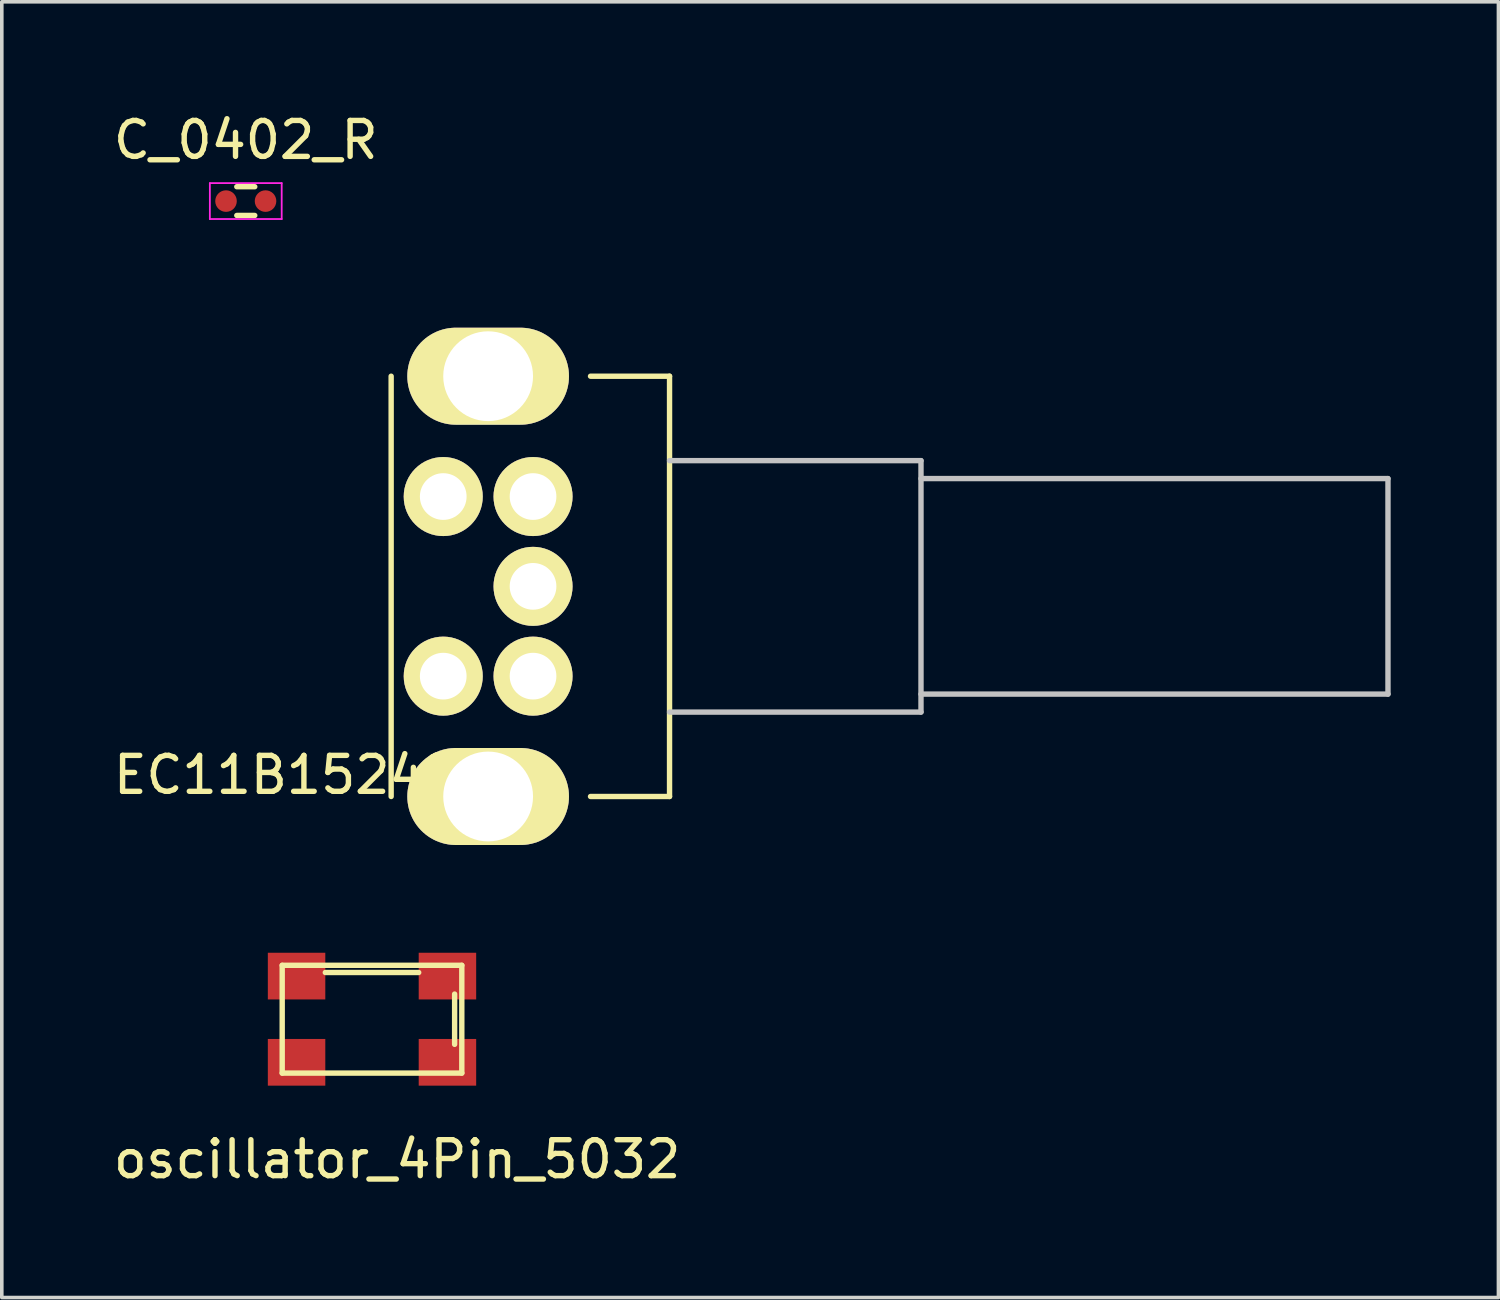
<source format=kicad_pcb>
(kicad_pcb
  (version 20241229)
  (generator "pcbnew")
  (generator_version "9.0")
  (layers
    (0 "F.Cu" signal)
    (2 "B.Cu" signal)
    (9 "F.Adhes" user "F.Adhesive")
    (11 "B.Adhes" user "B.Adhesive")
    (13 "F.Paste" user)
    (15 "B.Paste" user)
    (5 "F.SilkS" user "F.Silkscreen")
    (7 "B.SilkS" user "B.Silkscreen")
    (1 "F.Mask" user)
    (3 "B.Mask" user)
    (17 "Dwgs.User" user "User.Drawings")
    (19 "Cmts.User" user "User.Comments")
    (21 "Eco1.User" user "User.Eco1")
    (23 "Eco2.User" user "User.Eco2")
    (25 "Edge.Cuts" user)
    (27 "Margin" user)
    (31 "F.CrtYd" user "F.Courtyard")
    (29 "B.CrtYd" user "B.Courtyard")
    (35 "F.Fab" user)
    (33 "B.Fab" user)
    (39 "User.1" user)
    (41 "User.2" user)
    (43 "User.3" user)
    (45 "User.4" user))
  (footprint "C_0402_R"
    (layer "F.Cu")
    (at 3.792 2.548)
    (property "Reference" "C_0402_R" (at 0 -1.7 0) (layer "F.SilkS") (effects (font (size 1 1) (thickness 0.15))))
    (attr smd)
    (fp_line (start -0.25 0.4) (end 0.25 0.4) (stroke (width 0.15) (type solid)) (layer "F.SilkS"))
    (fp_line (start 0.25 -0.4) (end -0.25 -0.4) (stroke (width 0.15) (type solid)) (layer "F.SilkS"))
    (fp_line (start -1 -0.5) (end -1 0.5) (stroke (width 0.05) (type solid)) (layer "F.CrtYd"))
    (fp_line (start -1 -0.5) (end 1 -0.5) (stroke (width 0.05) (type solid)) (layer "F.CrtYd"))
    (fp_line (start -1 0.5) (end 1 0.5) (stroke (width 0.05) (type solid)) (layer "F.CrtYd"))
    (fp_line (start 1 -0.5) (end 1 0.5) (stroke (width 0.05) (type solid)) (layer "F.CrtYd"))
    (pad "1" smd circle (at -0.55 0) (size 0.6 0.6) (layers "F.Cu" "F.Mask" "F.Paste"))
    (pad "2" smd circle (at 0.55 0) (size 0.6 0.6) (layers "F.Cu" "F.Mask" "F.Paste")))
  (footprint "oscillator_4Pin_5032"
    (layer "F.Cu")
    (at 5.206 26.523)
    (property "Reference" "oscillator_4Pin_5032" (at 2.8 2.7 0) (layer "F.SilkS") (effects (font (size 1 1) (thickness 0.15))))
    (attr through_hole)
    (fp_line (start -0.4 -2.7) (end 4.6 -2.7) (stroke (width 0.15) (type solid)) (layer "F.SilkS"))
    (fp_line (start -0.4 0.3) (end -0.4 -2.7) (stroke (width 0.15) (type solid)) (layer "F.SilkS"))
    (fp_line (start -0.4 0.3) (end 4.6 0.3) (stroke (width 0.15) (type solid)) (layer "F.SilkS"))
    (fp_line (start 0.8 -2.5) (end 3.4 -2.5) (stroke (width 0.15) (type solid)) (layer "F.SilkS"))
    (fp_line (start 4.4 -0.5) (end 4.4 -1.9) (stroke (width 0.15) (type solid)) (layer "F.SilkS"))
    (fp_line (start 4.6 0.3) (end 4.6 -2.7) (stroke (width 0.15) (type solid)) (layer "F.SilkS"))
    (pad "1" smd trapezoid (at 0 0) (size 1.6 1.3) (layers "F.Cu" "F.Mask" "F.Paste"))
    (pad "2" smd trapezoid (at 4.2 0) (size 1.6 1.3) (layers "F.Cu" "F.Mask" "F.Paste"))
    (pad "3" smd trapezoid (at 4.2 -2.4) (size 1.6 1.3) (layers "F.Cu" "F.Mask" "F.Paste"))
    (pad "4" smd trapezoid (at 0 -2.4) (size 1.6 1.3) (layers "F.Cu" "F.Mask" "F.Paste")))
  (footprint "EC11B15242A"
    (layer "F.Cu")
    (at 9.289 13.273)
    (property "Reference" "EC11B15242A" (at -3.95 5.25 180) (layer "F.SilkS") (effects (font (size 1 1) (thickness 0.15))))
    (attr through_hole)
    (fp_line (start -1.45 -5.85) (end -1.45 5.85) (stroke (width 0.15) (type solid)) (layer "F.SilkS"))
    (fp_line (start 6.3 -5.85) (end 4.1 -5.85) (stroke (width 0.15) (type solid)) (layer "F.SilkS"))
    (fp_line (start 6.3 -5.85) (end 6.3 5.85) (stroke (width 0.15) (type solid)) (layer "F.SilkS"))
    (fp_line (start 6.3 5.85) (end 4.1 5.85) (stroke (width 0.15) (type solid)) (layer "F.SilkS"))
    (fp_line (start 6.3 -3.5) (end 13.3 -3.5) (stroke (width 0.15) (type solid)) (layer "Dwgs.User"))
    (fp_line (start 6.3 3.5) (end 13.3 3.5) (stroke (width 0.15) (type solid)) (layer "Dwgs.User"))
    (fp_line (start 13.3 -3.5) (end 13.3 3.5) (stroke (width 0.15) (type solid)) (layer "Dwgs.User"))
    (fp_line (start 13.3 -3) (end 26.3 -3) (stroke (width 0.15) (type solid)) (layer "Dwgs.User"))
    (fp_line (start 13.3 3) (end 26.3 3) (stroke (width 0.15) (type solid)) (layer "Dwgs.User"))
    (fp_line (start 26.3 -3) (end 26.3 3) (stroke (width 0.15) (type solid)) (layer "Dwgs.User"))
    (pad "1" thru_hole oval (at 1.25 -5.85) (size 4.5 2.7) (drill 2.5) (layers "*.Cu" "*.Mask" "F.SilkS"))
    (pad "1" thru_hole oval (at 1.25 5.85) (size 4.5 2.7) (drill 2.5) (layers "*.Cu" "*.Mask" "F.SilkS"))
    (pad "A" thru_hole circle (at 2.5 2.5) (size 2.2 2.2) (drill 1.3) (layers "*.Cu" "*.Mask" "F.SilkS"))
    (pad "B" thru_hole circle (at 2.5 -2.5) (size 2.2 2.2) (drill 1.3) (layers "*.Cu" "*.Mask" "F.SilkS"))
    (pad "C" thru_hole circle (at 2.5 0) (size 2.2 2.2) (drill 1.3) (layers "*.Cu" "*.Mask" "F.SilkS"))
    (pad "D" thru_hole circle (at 0 2.5) (size 2.2 2.2) (drill 1.3) (layers "*.Cu" "*.Mask" "F.SilkS"))
    (pad "E" thru_hole circle (at 0 -2.5) (size 2.2 2.2) (drill 1.3) (layers "*.Cu" "*.Mask" "F.SilkS")))
  (gr_rect
    (start -3 -3)
    (end 38.664 33.072)
    (stroke (width 0.1) (type default))
    (fill no)
    (layer "Edge.Cuts")))
</source>
